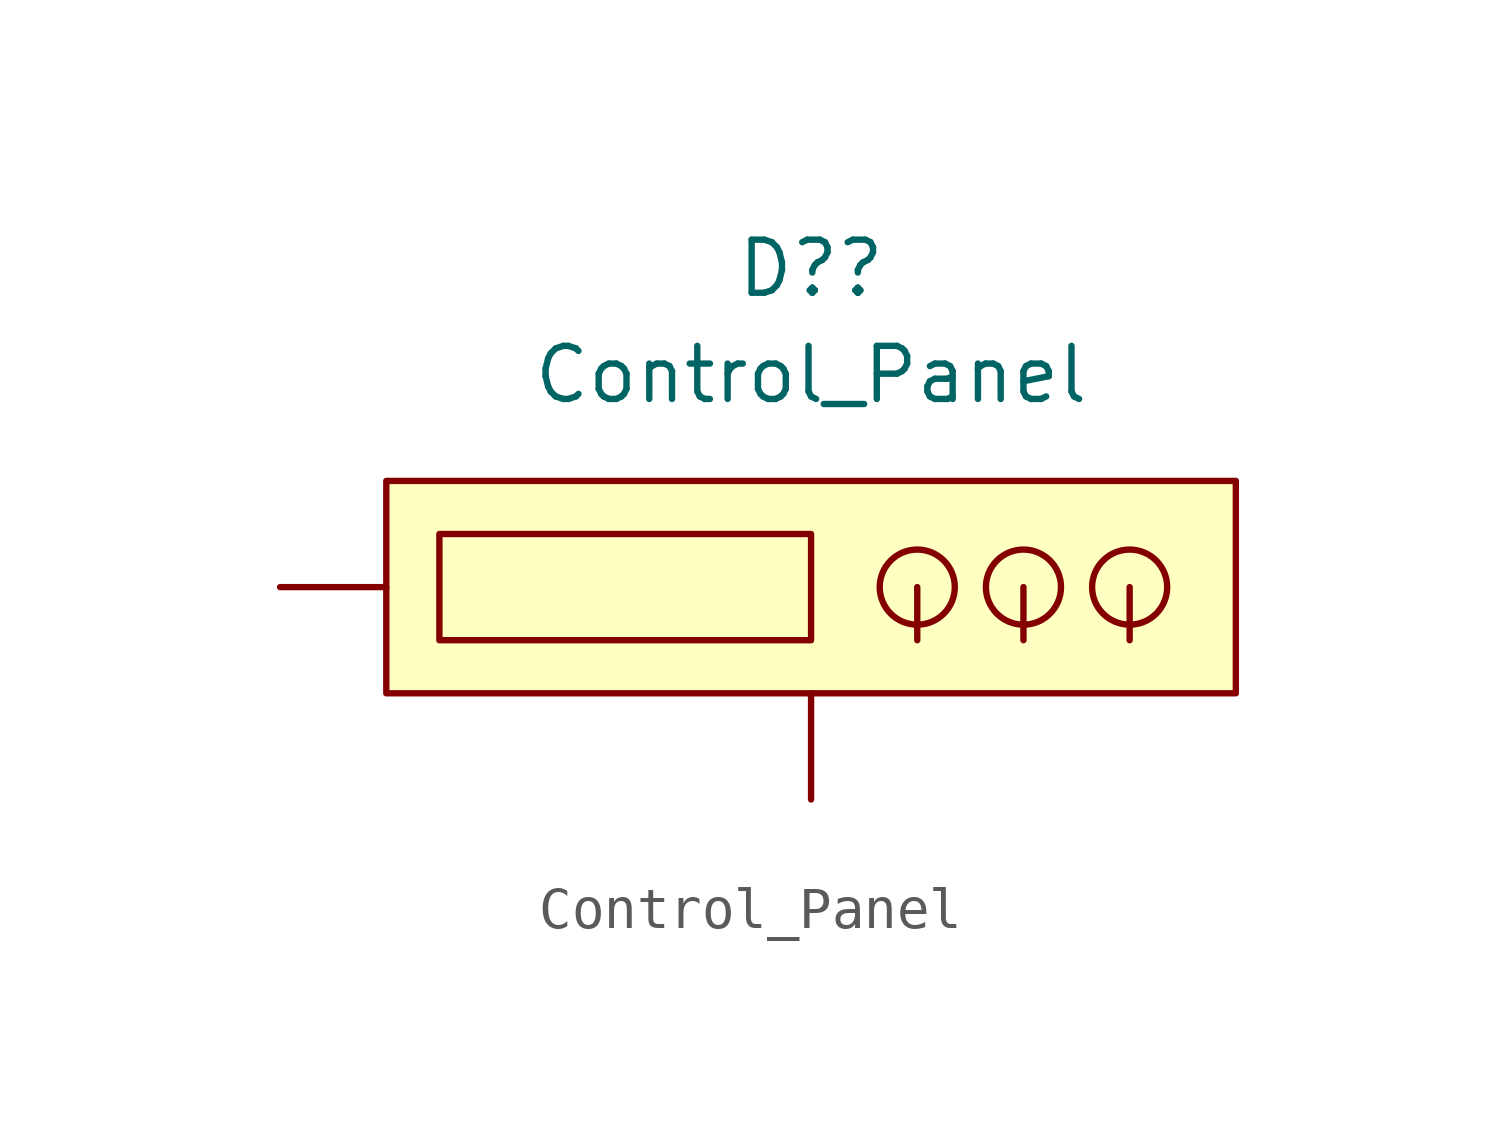
<source format=kicad_sym>
(kicad_symbol_lib
  (version 20211014)
  (generator kicad_symbol_editor)
  (symbol "Control_Panel"
    (property "Reference" "D?"
      (at 0 2.54 0)
      (effects (font (size 1.27 1.27))))
    (property "Value" "Control_Panel"
      (at 0 0 0)
      (effects (font (size 1.27 1.27))))
    (symbol "Control_Panel_0_1"
      (rectangle (start -10.16 -2.54) (end 10.16 -7.62) (stroke (width 0) (type default) (color 0 0 0 0)) (fill (type background)))
      (rectangle (start -8.89 -3.81) (end 0 -6.35) (stroke (width 0) (type default) (color 0 0 0 0)) (fill (type none)))
      (polyline (pts (xy 2.54 -5.08) (xy 2.54 -6.35)) (stroke (width 0) (type default) (color 0 0 0 0)) (fill (type none)))
      (polyline (pts (xy 5.08 -5.08) (xy 5.08 -6.35)) (stroke (width 0) (type default) (color 0 0 0 0)) (fill (type none)))
      (polyline (pts (xy 7.62 -5.08) (xy 7.62 -6.35)) (stroke (width 0) (type default) (color 0 0 0 0)) (fill (type none)))
      (circle (center 2.54 -5.08) (radius 0.898) (stroke (width 0) (type default) (color 0 0 0 0)) (fill (type none)))
      (circle (center 5.08 -5.08) (radius 0.898) (stroke (width 0) (type default) (color 0 0 0 0)) (fill (type none)))
      (circle (center 7.62 -5.08) (radius 0.898) (stroke (width 0) (type default) (color 0 0 0 0)) (fill (type none))))
    (symbol "Control_Panel_1_1"
      (pin input line (at -12.7 -5.08 0) (length 2.54) (name "" (effects (font (size 1.27 1.27)))) (number "" (effects (font (size 1.27 1.27)))))
      (pin input line (at 0 -10.16 90) (length 2.54) (name "" (effects (font (size 1.27 1.27)))) (number "" (effects (font (size 1.27 1.27))))))))
</source>
